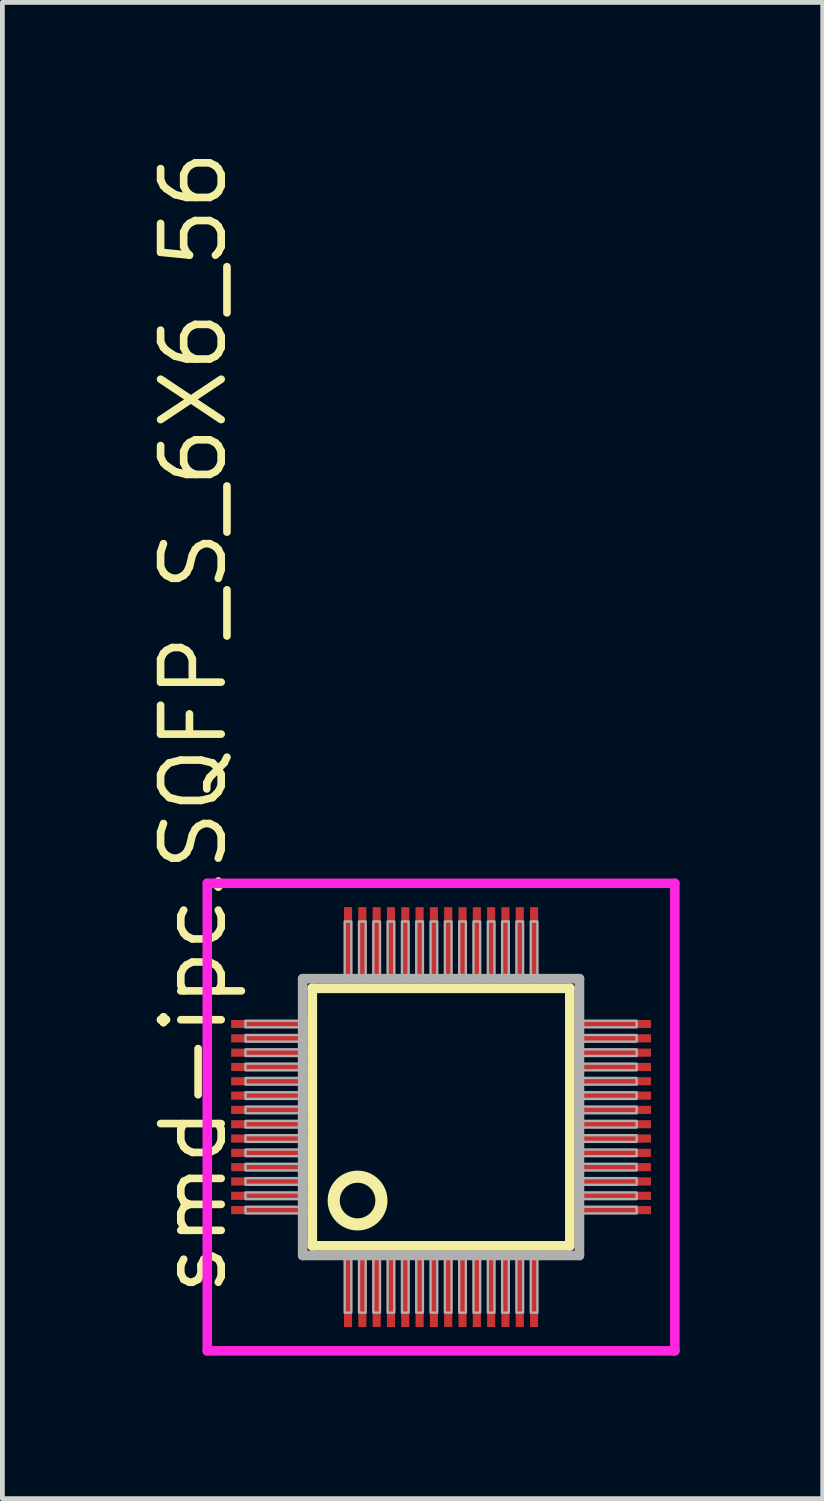
<source format=kicad_pcb>
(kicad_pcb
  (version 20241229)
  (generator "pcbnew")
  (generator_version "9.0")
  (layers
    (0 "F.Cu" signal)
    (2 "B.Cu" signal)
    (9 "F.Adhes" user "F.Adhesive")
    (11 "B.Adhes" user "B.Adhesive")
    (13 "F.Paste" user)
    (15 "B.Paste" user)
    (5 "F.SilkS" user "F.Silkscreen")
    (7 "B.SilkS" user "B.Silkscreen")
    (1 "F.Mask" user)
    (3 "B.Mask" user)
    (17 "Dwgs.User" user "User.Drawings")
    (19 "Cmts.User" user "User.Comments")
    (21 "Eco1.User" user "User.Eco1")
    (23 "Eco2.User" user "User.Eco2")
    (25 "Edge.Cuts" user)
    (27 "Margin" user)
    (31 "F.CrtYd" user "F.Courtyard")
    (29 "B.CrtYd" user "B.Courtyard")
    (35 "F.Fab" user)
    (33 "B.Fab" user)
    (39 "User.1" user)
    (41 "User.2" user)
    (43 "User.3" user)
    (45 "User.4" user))
  (footprint "smd-ipc.SQFP_S_6X6_56"
    (layer "F.Cu")
    (at 6.195 20.365)
    (property "Reference" "smd-ipc.SQFP_S_6X6_56" (at -4.445 3.81 90) (layer "F.SilkS") (effects (font (size 1.27 1.27) (thickness 0.16)) (justify left bottom)))
    (attr smd)
    (fp_line (start -2.7 -2.7) (end 2.7 -2.7) (stroke (width 0.203) (type default)) (layer "F.SilkS"))
    (fp_line (start -2.7 2.7) (end -2.7 -2.7) (stroke (width 0.203) (type default)) (layer "F.SilkS"))
    (fp_line (start 2.7 -2.7) (end 2.7 2.7) (stroke (width 0.203) (type default)) (layer "F.SilkS"))
    (fp_line (start 2.7 2.7) (end -2.7 2.7) (stroke (width 0.203) (type default)) (layer "F.SilkS"))
    (fp_circle (center -1.75 1.75) (end -1.25 1.75) (stroke (width 0.254) (type default)) (fill no) (layer "F.SilkS"))
    (fp_line (start -4.9 -4.9) (end 4.9 -4.9) (stroke (width 0.2) (type default)) (layer "F.CrtYd"))
    (fp_line (start -4.9 4.9) (end -4.9 -4.9) (stroke (width 0.2) (type default)) (layer "F.CrtYd"))
    (fp_line (start 4.9 -4.9) (end 4.9 4.9) (stroke (width 0.2) (type default)) (layer "F.CrtYd"))
    (fp_line (start 4.9 4.9) (end -4.9 4.9) (stroke (width 0.2) (type default)) (layer "F.CrtYd"))
    (fp_line (start -2.9 -2.9) (end -2.9 2.9) (stroke (width 0.203) (type default)) (layer "F.Fab"))
    (fp_line (start -2.9 2.9) (end 2.9 2.9) (stroke (width 0.203) (type default)) (layer "F.Fab"))
    (fp_line (start 2.9 -2.9) (end -2.9 -2.9) (stroke (width 0.203) (type default)) (layer "F.Fab"))
    (fp_line (start 2.9 2.9) (end 2.9 -2.9) (stroke (width 0.203) (type default)) (layer "F.Fab"))
    (fp_rect (start -4.1 -1.88) (end -2.95 -2.02) (stroke (width 0.05) (type default)) (fill no) (layer "F.Fab"))
    (fp_rect (start -4.1 -1.58) (end -2.95 -1.72) (stroke (width 0.05) (type default)) (fill no) (layer "F.Fab"))
    (fp_rect (start -4.1 -1.28) (end -2.95 -1.42) (stroke (width 0.05) (type default)) (fill no) (layer "F.Fab"))
    (fp_rect (start -4.1 -0.98) (end -2.95 -1.12) (stroke (width 0.05) (type default)) (fill no) (layer "F.Fab"))
    (fp_rect (start -4.1 -0.68) (end -2.95 -0.82) (stroke (width 0.05) (type default)) (fill no) (layer "F.Fab"))
    (fp_rect (start -4.1 -0.38) (end -2.95 -0.52) (stroke (width 0.05) (type default)) (fill no) (layer "F.Fab"))
    (fp_rect (start -4.1 -0.08) (end -2.95 -0.22) (stroke (width 0.05) (type default)) (fill no) (layer "F.Fab"))
    (fp_rect (start -4.1 0.22) (end -2.95 0.08) (stroke (width 0.05) (type default)) (fill no) (layer "F.Fab"))
    (fp_rect (start -4.1 0.52) (end -2.95 0.38) (stroke (width 0.05) (type default)) (fill no) (layer "F.Fab"))
    (fp_rect (start -4.1 0.82) (end -2.95 0.68) (stroke (width 0.05) (type default)) (fill no) (layer "F.Fab"))
    (fp_rect (start -4.1 1.12) (end -2.95 0.98) (stroke (width 0.05) (type default)) (fill no) (layer "F.Fab"))
    (fp_rect (start -4.1 1.42) (end -2.95 1.28) (stroke (width 0.05) (type default)) (fill no) (layer "F.Fab"))
    (fp_rect (start -4.1 1.72) (end -2.95 1.58) (stroke (width 0.05) (type default)) (fill no) (layer "F.Fab"))
    (fp_rect (start -4.1 2.02) (end -2.95 1.88) (stroke (width 0.05) (type default)) (fill no) (layer "F.Fab"))
    (fp_rect (start -2.02 -2.95) (end -1.88 -4.1) (stroke (width 0.05) (type default)) (fill no) (layer "F.Fab"))
    (fp_rect (start -2.02 4.1) (end -1.88 2.95) (stroke (width 0.05) (type default)) (fill no) (layer "F.Fab"))
    (fp_rect (start -1.72 -2.95) (end -1.58 -4.1) (stroke (width 0.05) (type default)) (fill no) (layer "F.Fab"))
    (fp_rect (start -1.72 4.1) (end -1.58 2.95) (stroke (width 0.05) (type default)) (fill no) (layer "F.Fab"))
    (fp_rect (start -1.42 -2.95) (end -1.28 -4.1) (stroke (width 0.05) (type default)) (fill no) (layer "F.Fab"))
    (fp_rect (start -1.42 4.1) (end -1.28 2.95) (stroke (width 0.05) (type default)) (fill no) (layer "F.Fab"))
    (fp_rect (start -1.12 -2.95) (end -0.98 -4.1) (stroke (width 0.05) (type default)) (fill no) (layer "F.Fab"))
    (fp_rect (start -1.12 4.1) (end -0.98 2.95) (stroke (width 0.05) (type default)) (fill no) (layer "F.Fab"))
    (fp_rect (start -0.82 -2.95) (end -0.68 -4.1) (stroke (width 0.05) (type default)) (fill no) (layer "F.Fab"))
    (fp_rect (start -0.82 4.1) (end -0.68 2.95) (stroke (width 0.05) (type default)) (fill no) (layer "F.Fab"))
    (fp_rect (start -0.52 -2.95) (end -0.38 -4.1) (stroke (width 0.05) (type default)) (fill no) (layer "F.Fab"))
    (fp_rect (start -0.52 4.1) (end -0.38 2.95) (stroke (width 0.05) (type default)) (fill no) (layer "F.Fab"))
    (fp_rect (start -0.22 -2.95) (end -0.08 -4.1) (stroke (width 0.05) (type default)) (fill no) (layer "F.Fab"))
    (fp_rect (start -0.22 4.1) (end -0.08 2.95) (stroke (width 0.05) (type default)) (fill no) (layer "F.Fab"))
    (fp_rect (start 0.08 -2.95) (end 0.22 -4.1) (stroke (width 0.05) (type default)) (fill no) (layer "F.Fab"))
    (fp_rect (start 0.08 4.1) (end 0.22 2.95) (stroke (width 0.05) (type default)) (fill no) (layer "F.Fab"))
    (fp_rect (start 0.38 -2.95) (end 0.52 -4.1) (stroke (width 0.05) (type default)) (fill no) (layer "F.Fab"))
    (fp_rect (start 0.38 4.1) (end 0.52 2.95) (stroke (width 0.05) (type default)) (fill no) (layer "F.Fab"))
    (fp_rect (start 0.68 -2.95) (end 0.82 -4.1) (stroke (width 0.05) (type default)) (fill no) (layer "F.Fab"))
    (fp_rect (start 0.68 4.1) (end 0.82 2.95) (stroke (width 0.05) (type default)) (fill no) (layer "F.Fab"))
    (fp_rect (start 0.98 -2.95) (end 1.12 -4.1) (stroke (width 0.05) (type default)) (fill no) (layer "F.Fab"))
    (fp_rect (start 0.98 4.1) (end 1.12 2.95) (stroke (width 0.05) (type default)) (fill no) (layer "F.Fab"))
    (fp_rect (start 1.28 -2.95) (end 1.42 -4.1) (stroke (width 0.05) (type default)) (fill no) (layer "F.Fab"))
    (fp_rect (start 1.28 4.1) (end 1.42 2.95) (stroke (width 0.05) (type default)) (fill no) (layer "F.Fab"))
    (fp_rect (start 1.58 -2.95) (end 1.72 -4.1) (stroke (width 0.05) (type default)) (fill no) (layer "F.Fab"))
    (fp_rect (start 1.58 4.1) (end 1.72 2.95) (stroke (width 0.05) (type default)) (fill no) (layer "F.Fab"))
    (fp_rect (start 1.88 -2.95) (end 2.02 -4.1) (stroke (width 0.05) (type default)) (fill no) (layer "F.Fab"))
    (fp_rect (start 1.88 4.1) (end 2.02 2.95) (stroke (width 0.05) (type default)) (fill no) (layer "F.Fab"))
    (fp_rect (start 2.95 -1.88) (end 4.1 -2.02) (stroke (width 0.05) (type default)) (fill no) (layer "F.Fab"))
    (fp_rect (start 2.95 -1.58) (end 4.1 -1.72) (stroke (width 0.05) (type default)) (fill no) (layer "F.Fab"))
    (fp_rect (start 2.95 -1.28) (end 4.1 -1.42) (stroke (width 0.05) (type default)) (fill no) (layer "F.Fab"))
    (fp_rect (start 2.95 -0.98) (end 4.1 -1.12) (stroke (width 0.05) (type default)) (fill no) (layer "F.Fab"))
    (fp_rect (start 2.95 -0.68) (end 4.1 -0.82) (stroke (width 0.05) (type default)) (fill no) (layer "F.Fab"))
    (fp_rect (start 2.95 -0.38) (end 4.1 -0.52) (stroke (width 0.05) (type default)) (fill no) (layer "F.Fab"))
    (fp_rect (start 2.95 -0.08) (end 4.1 -0.22) (stroke (width 0.05) (type default)) (fill no) (layer "F.Fab"))
    (fp_rect (start 2.95 0.22) (end 4.1 0.08) (stroke (width 0.05) (type default)) (fill no) (layer "F.Fab"))
    (fp_rect (start 2.95 0.52) (end 4.1 0.38) (stroke (width 0.05) (type default)) (fill no) (layer "F.Fab"))
    (fp_rect (start 2.95 0.82) (end 4.1 0.68) (stroke (width 0.05) (type default)) (fill no) (layer "F.Fab"))
    (fp_rect (start 2.95 1.12) (end 4.1 0.98) (stroke (width 0.05) (type default)) (fill no) (layer "F.Fab"))
    (fp_rect (start 2.95 1.42) (end 4.1 1.28) (stroke (width 0.05) (type default)) (fill no) (layer "F.Fab"))
    (fp_rect (start 2.95 1.72) (end 4.1 1.58) (stroke (width 0.05) (type default)) (fill no) (layer "F.Fab"))
    (fp_rect (start 2.95 2.02) (end 4.1 1.88) (stroke (width 0.05) (type default)) (fill no) (layer "F.Fab"))
    (pad "1" smd roundrect (at -1.95 3.6) (size 0.17 1.6) (layers "F.Cu" "F.Mask" "F.Paste") (roundrect_rratio 0.01))
    (pad "2" smd roundrect (at -1.65 3.6) (size 0.17 1.6) (layers "F.Cu" "F.Mask" "F.Paste") (roundrect_rratio 0.01))
    (pad "3" smd roundrect (at -1.35 3.6) (size 0.17 1.6) (layers "F.Cu" "F.Mask" "F.Paste") (roundrect_rratio 0.01))
    (pad "4" smd roundrect (at -1.05 3.6) (size 0.17 1.6) (layers "F.Cu" "F.Mask" "F.Paste") (roundrect_rratio 0.01))
    (pad "5" smd roundrect (at -0.75 3.6) (size 0.17 1.6) (layers "F.Cu" "F.Mask" "F.Paste") (roundrect_rratio 0.01))
    (pad "6" smd roundrect (at -0.45 3.6) (size 0.17 1.6) (layers "F.Cu" "F.Mask" "F.Paste") (roundrect_rratio 0.01))
    (pad "7" smd roundrect (at -0.15 3.6) (size 0.17 1.6) (layers "F.Cu" "F.Mask" "F.Paste") (roundrect_rratio 0.01))
    (pad "8" smd roundrect (at 0.15 3.6) (size 0.17 1.6) (layers "F.Cu" "F.Mask" "F.Paste") (roundrect_rratio 0.01))
    (pad "9" smd roundrect (at 0.45 3.6) (size 0.17 1.6) (layers "F.Cu" "F.Mask" "F.Paste") (roundrect_rratio 0.01))
    (pad "10" smd roundrect (at 0.75 3.6) (size 0.17 1.6) (layers "F.Cu" "F.Mask" "F.Paste") (roundrect_rratio 0.01))
    (pad "11" smd roundrect (at 1.05 3.6) (size 0.17 1.6) (layers "F.Cu" "F.Mask" "F.Paste") (roundrect_rratio 0.01))
    (pad "12" smd roundrect (at 1.35 3.6) (size 0.17 1.6) (layers "F.Cu" "F.Mask" "F.Paste") (roundrect_rratio 0.01))
    (pad "13" smd roundrect (at 1.65 3.6) (size 0.17 1.6) (layers "F.Cu" "F.Mask" "F.Paste") (roundrect_rratio 0.01))
    (pad "14" smd roundrect (at 1.95 3.6) (size 0.17 1.6) (layers "F.Cu" "F.Mask" "F.Paste") (roundrect_rratio 0.01))
    (pad "15" smd roundrect (at 3.6 1.95) (size 1.6 0.17) (layers "F.Cu" "F.Mask" "F.Paste") (roundrect_rratio 0.01))
    (pad "16" smd roundrect (at 3.6 1.65) (size 1.6 0.17) (layers "F.Cu" "F.Mask" "F.Paste") (roundrect_rratio 0.01))
    (pad "17" smd roundrect (at 3.6 1.35) (size 1.6 0.17) (layers "F.Cu" "F.Mask" "F.Paste") (roundrect_rratio 0.01))
    (pad "18" smd roundrect (at 3.6 1.05) (size 1.6 0.17) (layers "F.Cu" "F.Mask" "F.Paste") (roundrect_rratio 0.01))
    (pad "19" smd roundrect (at 3.6 0.75) (size 1.6 0.17) (layers "F.Cu" "F.Mask" "F.Paste") (roundrect_rratio 0.01))
    (pad "20" smd roundrect (at 3.6 0.45) (size 1.6 0.17) (layers "F.Cu" "F.Mask" "F.Paste") (roundrect_rratio 0.01))
    (pad "21" smd roundrect (at 3.6 0.15) (size 1.6 0.17) (layers "F.Cu" "F.Mask" "F.Paste") (roundrect_rratio 0.01))
    (pad "22" smd roundrect (at 3.6 -0.15) (size 1.6 0.17) (layers "F.Cu" "F.Mask" "F.Paste") (roundrect_rratio 0.01))
    (pad "23" smd roundrect (at 3.6 -0.45) (size 1.6 0.17) (layers "F.Cu" "F.Mask" "F.Paste") (roundrect_rratio 0.01))
    (pad "24" smd roundrect (at 3.6 -0.75) (size 1.6 0.17) (layers "F.Cu" "F.Mask" "F.Paste") (roundrect_rratio 0.01))
    (pad "25" smd roundrect (at 3.6 -1.05) (size 1.6 0.17) (layers "F.Cu" "F.Mask" "F.Paste") (roundrect_rratio 0.01))
    (pad "26" smd roundrect (at 3.6 -1.35) (size 1.6 0.17) (layers "F.Cu" "F.Mask" "F.Paste") (roundrect_rratio 0.01))
    (pad "27" smd roundrect (at 3.6 -1.65) (size 1.6 0.17) (layers "F.Cu" "F.Mask" "F.Paste") (roundrect_rratio 0.01))
    (pad "28" smd roundrect (at 3.6 -1.95) (size 1.6 0.17) (layers "F.Cu" "F.Mask" "F.Paste") (roundrect_rratio 0.01))
    (pad "29" smd roundrect (at 1.95 -3.6) (size 0.17 1.6) (layers "F.Cu" "F.Mask" "F.Paste") (roundrect_rratio 0.01))
    (pad "30" smd roundrect (at 1.65 -3.6) (size 0.17 1.6) (layers "F.Cu" "F.Mask" "F.Paste") (roundrect_rratio 0.01))
    (pad "31" smd roundrect (at 1.35 -3.6) (size 0.17 1.6) (layers "F.Cu" "F.Mask" "F.Paste") (roundrect_rratio 0.01))
    (pad "32" smd roundrect (at 1.05 -3.6) (size 0.17 1.6) (layers "F.Cu" "F.Mask" "F.Paste") (roundrect_rratio 0.01))
    (pad "33" smd roundrect (at 0.75 -3.6) (size 0.17 1.6) (layers "F.Cu" "F.Mask" "F.Paste") (roundrect_rratio 0.01))
    (pad "34" smd roundrect (at 0.45 -3.6) (size 0.17 1.6) (layers "F.Cu" "F.Mask" "F.Paste") (roundrect_rratio 0.01))
    (pad "35" smd roundrect (at 0.15 -3.6) (size 0.17 1.6) (layers "F.Cu" "F.Mask" "F.Paste") (roundrect_rratio 0.01))
    (pad "36" smd roundrect (at -0.15 -3.6) (size 0.17 1.6) (layers "F.Cu" "F.Mask" "F.Paste") (roundrect_rratio 0.01))
    (pad "37" smd roundrect (at -0.45 -3.6) (size 0.17 1.6) (layers "F.Cu" "F.Mask" "F.Paste") (roundrect_rratio 0.01))
    (pad "38" smd roundrect (at -0.75 -3.6) (size 0.17 1.6) (layers "F.Cu" "F.Mask" "F.Paste") (roundrect_rratio 0.01))
    (pad "39" smd roundrect (at -1.05 -3.6) (size 0.17 1.6) (layers "F.Cu" "F.Mask" "F.Paste") (roundrect_rratio 0.01))
    (pad "40" smd roundrect (at -1.35 -3.6) (size 0.17 1.6) (layers "F.Cu" "F.Mask" "F.Paste") (roundrect_rratio 0.01))
    (pad "41" smd roundrect (at -1.65 -3.6) (size 0.17 1.6) (layers "F.Cu" "F.Mask" "F.Paste") (roundrect_rratio 0.01))
    (pad "42" smd roundrect (at -1.95 -3.6) (size 0.17 1.6) (layers "F.Cu" "F.Mask" "F.Paste") (roundrect_rratio 0.01))
    (pad "43" smd roundrect (at -3.6 -1.95) (size 1.6 0.17) (layers "F.Cu" "F.Mask" "F.Paste") (roundrect_rratio 0.01))
    (pad "44" smd roundrect (at -3.6 -1.65) (size 1.6 0.17) (layers "F.Cu" "F.Mask" "F.Paste") (roundrect_rratio 0.01))
    (pad "45" smd roundrect (at -3.6 -1.35) (size 1.6 0.17) (layers "F.Cu" "F.Mask" "F.Paste") (roundrect_rratio 0.01))
    (pad "46" smd roundrect (at -3.6 -1.05) (size 1.6 0.17) (layers "F.Cu" "F.Mask" "F.Paste") (roundrect_rratio 0.01))
    (pad "47" smd roundrect (at -3.6 -0.75) (size 1.6 0.17) (layers "F.Cu" "F.Mask" "F.Paste") (roundrect_rratio 0.01))
    (pad "48" smd roundrect (at -3.6 -0.45) (size 1.6 0.17) (layers "F.Cu" "F.Mask" "F.Paste") (roundrect_rratio 0.01))
    (pad "49" smd roundrect (at -3.6 -0.15) (size 1.6 0.17) (layers "F.Cu" "F.Mask" "F.Paste") (roundrect_rratio 0.01))
    (pad "50" smd roundrect (at -3.6 0.15) (size 1.6 0.17) (layers "F.Cu" "F.Mask" "F.Paste") (roundrect_rratio 0.01))
    (pad "51" smd roundrect (at -3.6 0.45) (size 1.6 0.17) (layers "F.Cu" "F.Mask" "F.Paste") (roundrect_rratio 0.01))
    (pad "52" smd roundrect (at -3.6 0.75) (size 1.6 0.17) (layers "F.Cu" "F.Mask" "F.Paste") (roundrect_rratio 0.01))
    (pad "53" smd roundrect (at -3.6 1.05) (size 1.6 0.17) (layers "F.Cu" "F.Mask" "F.Paste") (roundrect_rratio 0.01))
    (pad "54" smd roundrect (at -3.6 1.35) (size 1.6 0.17) (layers "F.Cu" "F.Mask" "F.Paste") (roundrect_rratio 0.01))
    (pad "55" smd roundrect (at -3.6 1.65) (size 1.6 0.17) (layers "F.Cu" "F.Mask" "F.Paste") (roundrect_rratio 0.01))
    (pad "56" smd roundrect (at -3.6 1.95) (size 1.6 0.17) (layers "F.Cu" "F.Mask" "F.Paste") (roundrect_rratio 0.01)))
  (gr_rect
    (start -3 -3)
    (end 14.195 28.364)
    (stroke (width 0.1) (type default))
    (fill no)
    (layer "Edge.Cuts")))
</source>
